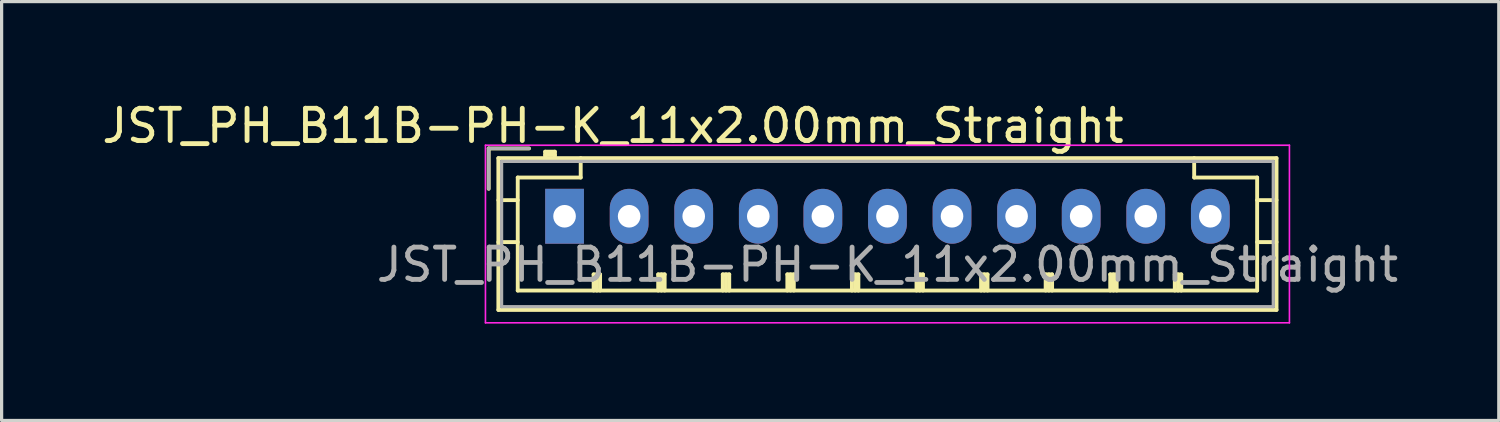
<source format=kicad_pcb>
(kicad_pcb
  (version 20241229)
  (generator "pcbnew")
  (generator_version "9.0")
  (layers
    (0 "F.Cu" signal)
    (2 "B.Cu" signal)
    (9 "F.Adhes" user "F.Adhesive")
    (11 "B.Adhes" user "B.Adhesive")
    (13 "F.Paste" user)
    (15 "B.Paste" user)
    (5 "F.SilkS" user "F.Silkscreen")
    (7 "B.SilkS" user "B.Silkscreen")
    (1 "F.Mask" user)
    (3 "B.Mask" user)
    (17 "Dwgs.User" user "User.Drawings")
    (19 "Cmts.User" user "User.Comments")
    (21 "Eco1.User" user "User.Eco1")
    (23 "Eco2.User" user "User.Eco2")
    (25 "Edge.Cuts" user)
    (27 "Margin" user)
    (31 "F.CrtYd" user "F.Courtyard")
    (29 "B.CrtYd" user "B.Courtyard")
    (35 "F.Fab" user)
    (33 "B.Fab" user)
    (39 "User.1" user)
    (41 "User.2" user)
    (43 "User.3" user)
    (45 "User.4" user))
  (footprint "JST_PH_B11B-PH-K_11x2.00mm_Straight"
    (layer "F.Cu")
    (at 14.435 3.648)
    (property "Reference" "JST_PH_B11B-PH-K_11x2.00mm_Straight" (at 1.5 -2.8 0) (layer "F.SilkS") (effects (font (size 1 1) (thickness 0.15))))
    (attr through_hole)
    (fp_line (start -2.35 -2.1) (end -2.35 -0.85) (stroke (width 0.12) (type solid)) (layer "F.SilkS"))
    (fp_line (start -2.05 -1.8) (end -2.05 2.9) (stroke (width 0.12) (type solid)) (layer "F.SilkS"))
    (fp_line (start -2.05 -0.5) (end -1.45 -0.5) (stroke (width 0.12) (type solid)) (layer "F.SilkS"))
    (fp_line (start -2.05 0.8) (end -1.45 0.8) (stroke (width 0.12) (type solid)) (layer "F.SilkS"))
    (fp_line (start -2.05 2.9) (end 22.05 2.9) (stroke (width 0.12) (type solid)) (layer "F.SilkS"))
    (fp_line (start -1.45 -1.2) (end -1.45 2.3) (stroke (width 0.12) (type solid)) (layer "F.SilkS"))
    (fp_line (start -1.45 2.3) (end 21.45 2.3) (stroke (width 0.12) (type solid)) (layer "F.SilkS"))
    (fp_line (start -1.1 -2.1) (end -2.35 -2.1) (stroke (width 0.12) (type solid)) (layer "F.SilkS"))
    (fp_line (start -0.6 -2) (end -0.6 -1.8) (stroke (width 0.12) (type solid)) (layer "F.SilkS"))
    (fp_line (start -0.3 -2) (end -0.6 -2) (stroke (width 0.12) (type solid)) (layer "F.SilkS"))
    (fp_line (start -0.3 -1.9) (end -0.6 -1.9) (stroke (width 0.12) (type solid)) (layer "F.SilkS"))
    (fp_line (start -0.3 -1.8) (end -0.3 -2) (stroke (width 0.12) (type solid)) (layer "F.SilkS"))
    (fp_line (start 0.5 -1.8) (end 0.5 -1.2) (stroke (width 0.12) (type solid)) (layer "F.SilkS"))
    (fp_line (start 0.5 -1.2) (end -1.45 -1.2) (stroke (width 0.12) (type solid)) (layer "F.SilkS"))
    (fp_line (start 0.9 1.8) (end 1.1 1.8) (stroke (width 0.12) (type solid)) (layer "F.SilkS"))
    (fp_line (start 0.9 2.3) (end 0.9 1.8) (stroke (width 0.12) (type solid)) (layer "F.SilkS"))
    (fp_line (start 1 2.3) (end 1 1.8) (stroke (width 0.12) (type solid)) (layer "F.SilkS"))
    (fp_line (start 1.1 1.8) (end 1.1 2.3) (stroke (width 0.12) (type solid)) (layer "F.SilkS"))
    (fp_line (start 2.9 1.8) (end 3.1 1.8) (stroke (width 0.12) (type solid)) (layer "F.SilkS"))
    (fp_line (start 2.9 2.3) (end 2.9 1.8) (stroke (width 0.12) (type solid)) (layer "F.SilkS"))
    (fp_line (start 3 2.3) (end 3 1.8) (stroke (width 0.12) (type solid)) (layer "F.SilkS"))
    (fp_line (start 3.1 1.8) (end 3.1 2.3) (stroke (width 0.12) (type solid)) (layer "F.SilkS"))
    (fp_line (start 4.9 1.8) (end 5.1 1.8) (stroke (width 0.12) (type solid)) (layer "F.SilkS"))
    (fp_line (start 4.9 2.3) (end 4.9 1.8) (stroke (width 0.12) (type solid)) (layer "F.SilkS"))
    (fp_line (start 5 2.3) (end 5 1.8) (stroke (width 0.12) (type solid)) (layer "F.SilkS"))
    (fp_line (start 5.1 1.8) (end 5.1 2.3) (stroke (width 0.12) (type solid)) (layer "F.SilkS"))
    (fp_line (start 6.9 1.8) (end 7.1 1.8) (stroke (width 0.12) (type solid)) (layer "F.SilkS"))
    (fp_line (start 6.9 2.3) (end 6.9 1.8) (stroke (width 0.12) (type solid)) (layer "F.SilkS"))
    (fp_line (start 7 2.3) (end 7 1.8) (stroke (width 0.12) (type solid)) (layer "F.SilkS"))
    (fp_line (start 7.1 1.8) (end 7.1 2.3) (stroke (width 0.12) (type solid)) (layer "F.SilkS"))
    (fp_line (start 8.9 1.8) (end 9.1 1.8) (stroke (width 0.12) (type solid)) (layer "F.SilkS"))
    (fp_line (start 8.9 2.3) (end 8.9 1.8) (stroke (width 0.12) (type solid)) (layer "F.SilkS"))
    (fp_line (start 9 2.3) (end 9 1.8) (stroke (width 0.12) (type solid)) (layer "F.SilkS"))
    (fp_line (start 9.1 1.8) (end 9.1 2.3) (stroke (width 0.12) (type solid)) (layer "F.SilkS"))
    (fp_line (start 10.9 1.8) (end 11.1 1.8) (stroke (width 0.12) (type solid)) (layer "F.SilkS"))
    (fp_line (start 10.9 2.3) (end 10.9 1.8) (stroke (width 0.12) (type solid)) (layer "F.SilkS"))
    (fp_line (start 11 2.3) (end 11 1.8) (stroke (width 0.12) (type solid)) (layer "F.SilkS"))
    (fp_line (start 11.1 1.8) (end 11.1 2.3) (stroke (width 0.12) (type solid)) (layer "F.SilkS"))
    (fp_line (start 12.9 1.8) (end 13.1 1.8) (stroke (width 0.12) (type solid)) (layer "F.SilkS"))
    (fp_line (start 12.9 2.3) (end 12.9 1.8) (stroke (width 0.12) (type solid)) (layer "F.SilkS"))
    (fp_line (start 13 2.3) (end 13 1.8) (stroke (width 0.12) (type solid)) (layer "F.SilkS"))
    (fp_line (start 13.1 1.8) (end 13.1 2.3) (stroke (width 0.12) (type solid)) (layer "F.SilkS"))
    (fp_line (start 14.9 1.8) (end 15.1 1.8) (stroke (width 0.12) (type solid)) (layer "F.SilkS"))
    (fp_line (start 14.9 2.3) (end 14.9 1.8) (stroke (width 0.12) (type solid)) (layer "F.SilkS"))
    (fp_line (start 15 2.3) (end 15 1.8) (stroke (width 0.12) (type solid)) (layer "F.SilkS"))
    (fp_line (start 15.1 1.8) (end 15.1 2.3) (stroke (width 0.12) (type solid)) (layer "F.SilkS"))
    (fp_line (start 16.9 1.8) (end 17.1 1.8) (stroke (width 0.12) (type solid)) (layer "F.SilkS"))
    (fp_line (start 16.9 2.3) (end 16.9 1.8) (stroke (width 0.12) (type solid)) (layer "F.SilkS"))
    (fp_line (start 17 2.3) (end 17 1.8) (stroke (width 0.12) (type solid)) (layer "F.SilkS"))
    (fp_line (start 17.1 1.8) (end 17.1 2.3) (stroke (width 0.12) (type solid)) (layer "F.SilkS"))
    (fp_line (start 18.9 1.8) (end 19.1 1.8) (stroke (width 0.12) (type solid)) (layer "F.SilkS"))
    (fp_line (start 18.9 2.3) (end 18.9 1.8) (stroke (width 0.12) (type solid)) (layer "F.SilkS"))
    (fp_line (start 19 2.3) (end 19 1.8) (stroke (width 0.12) (type solid)) (layer "F.SilkS"))
    (fp_line (start 19.1 1.8) (end 19.1 2.3) (stroke (width 0.12) (type solid)) (layer "F.SilkS"))
    (fp_line (start 19.5 -1.2) (end 19.5 -1.8) (stroke (width 0.12) (type solid)) (layer "F.SilkS"))
    (fp_line (start 21.45 -1.2) (end 19.5 -1.2) (stroke (width 0.12) (type solid)) (layer "F.SilkS"))
    (fp_line (start 21.45 2.3) (end 21.45 -1.2) (stroke (width 0.12) (type solid)) (layer "F.SilkS"))
    (fp_line (start 22.05 -1.8) (end -2.05 -1.8) (stroke (width 0.12) (type solid)) (layer "F.SilkS"))
    (fp_line (start 22.05 -0.5) (end 21.45 -0.5) (stroke (width 0.12) (type solid)) (layer "F.SilkS"))
    (fp_line (start 22.05 0.8) (end 21.45 0.8) (stroke (width 0.12) (type solid)) (layer "F.SilkS"))
    (fp_line (start 22.05 2.9) (end 22.05 -1.8) (stroke (width 0.12) (type solid)) (layer "F.SilkS"))
    (fp_line (start -2.45 -2.2) (end -2.45 3.3) (stroke (width 0.05) (type solid)) (layer "F.CrtYd"))
    (fp_line (start -2.45 3.3) (end 22.45 3.3) (stroke (width 0.05) (type solid)) (layer "F.CrtYd"))
    (fp_line (start 22.45 -2.2) (end -2.45 -2.2) (stroke (width 0.05) (type solid)) (layer "F.CrtYd"))
    (fp_line (start 22.45 3.3) (end 22.45 -2.2) (stroke (width 0.05) (type solid)) (layer "F.CrtYd"))
    (fp_line (start -2.35 -2.1) (end -2.35 -0.85) (stroke (width 0.1) (type solid)) (layer "F.Fab"))
    (fp_line (start -1.95 -1.7) (end -1.95 2.8) (stroke (width 0.1) (type solid)) (layer "F.Fab"))
    (fp_line (start -1.95 2.8) (end 21.95 2.8) (stroke (width 0.1) (type solid)) (layer "F.Fab"))
    (fp_line (start -1.1 -2.1) (end -2.35 -2.1) (stroke (width 0.1) (type solid)) (layer "F.Fab"))
    (fp_line (start 21.95 -1.7) (end -1.95 -1.7) (stroke (width 0.1) (type solid)) (layer "F.Fab"))
    (fp_line (start 21.95 2.8) (end 21.95 -1.7) (stroke (width 0.1) (type solid)) (layer "F.Fab"))
    (fp_text user "${REFERENCE}" (at 10 1.5 0) (layer "F.Fab") (effects (font (size 1 1) (thickness 0.15))))
    (pad "1" thru_hole rect (at 0 0) (size 1.2 1.7) (drill 0.7) (layers "*.Cu" "*.Mask"))
    (pad "2" thru_hole oval (at 2 0) (size 1.2 1.7) (drill 0.7) (layers "*.Cu" "*.Mask"))
    (pad "3" thru_hole oval (at 4 0) (size 1.2 1.7) (drill 0.7) (layers "*.Cu" "*.Mask"))
    (pad "4" thru_hole oval (at 6 0) (size 1.2 1.7) (drill 0.7) (layers "*.Cu" "*.Mask"))
    (pad "5" thru_hole oval (at 8 0) (size 1.2 1.7) (drill 0.7) (layers "*.Cu" "*.Mask"))
    (pad "6" thru_hole oval (at 10 0) (size 1.2 1.7) (drill 0.7) (layers "*.Cu" "*.Mask"))
    (pad "7" thru_hole oval (at 12 0) (size 1.2 1.7) (drill 0.7) (layers "*.Cu" "*.Mask"))
    (pad "8" thru_hole oval (at 14 0) (size 1.2 1.7) (drill 0.7) (layers "*.Cu" "*.Mask"))
    (pad "9" thru_hole oval (at 16 0) (size 1.2 1.7) (drill 0.7) (layers "*.Cu" "*.Mask"))
    (pad "10" thru_hole oval (at 18 0) (size 1.2 1.7) (drill 0.7) (layers "*.Cu" "*.Mask"))
    (pad "11" thru_hole oval (at 20 0) (size 1.2 1.7) (drill 0.7) (layers "*.Cu" "*.Mask")))
  (gr_rect
    (start -3 -3)
    (end 43.369 9.973)
    (stroke (width 0.1) (type default))
    (fill no)
    (layer "Edge.Cuts")))
</source>
